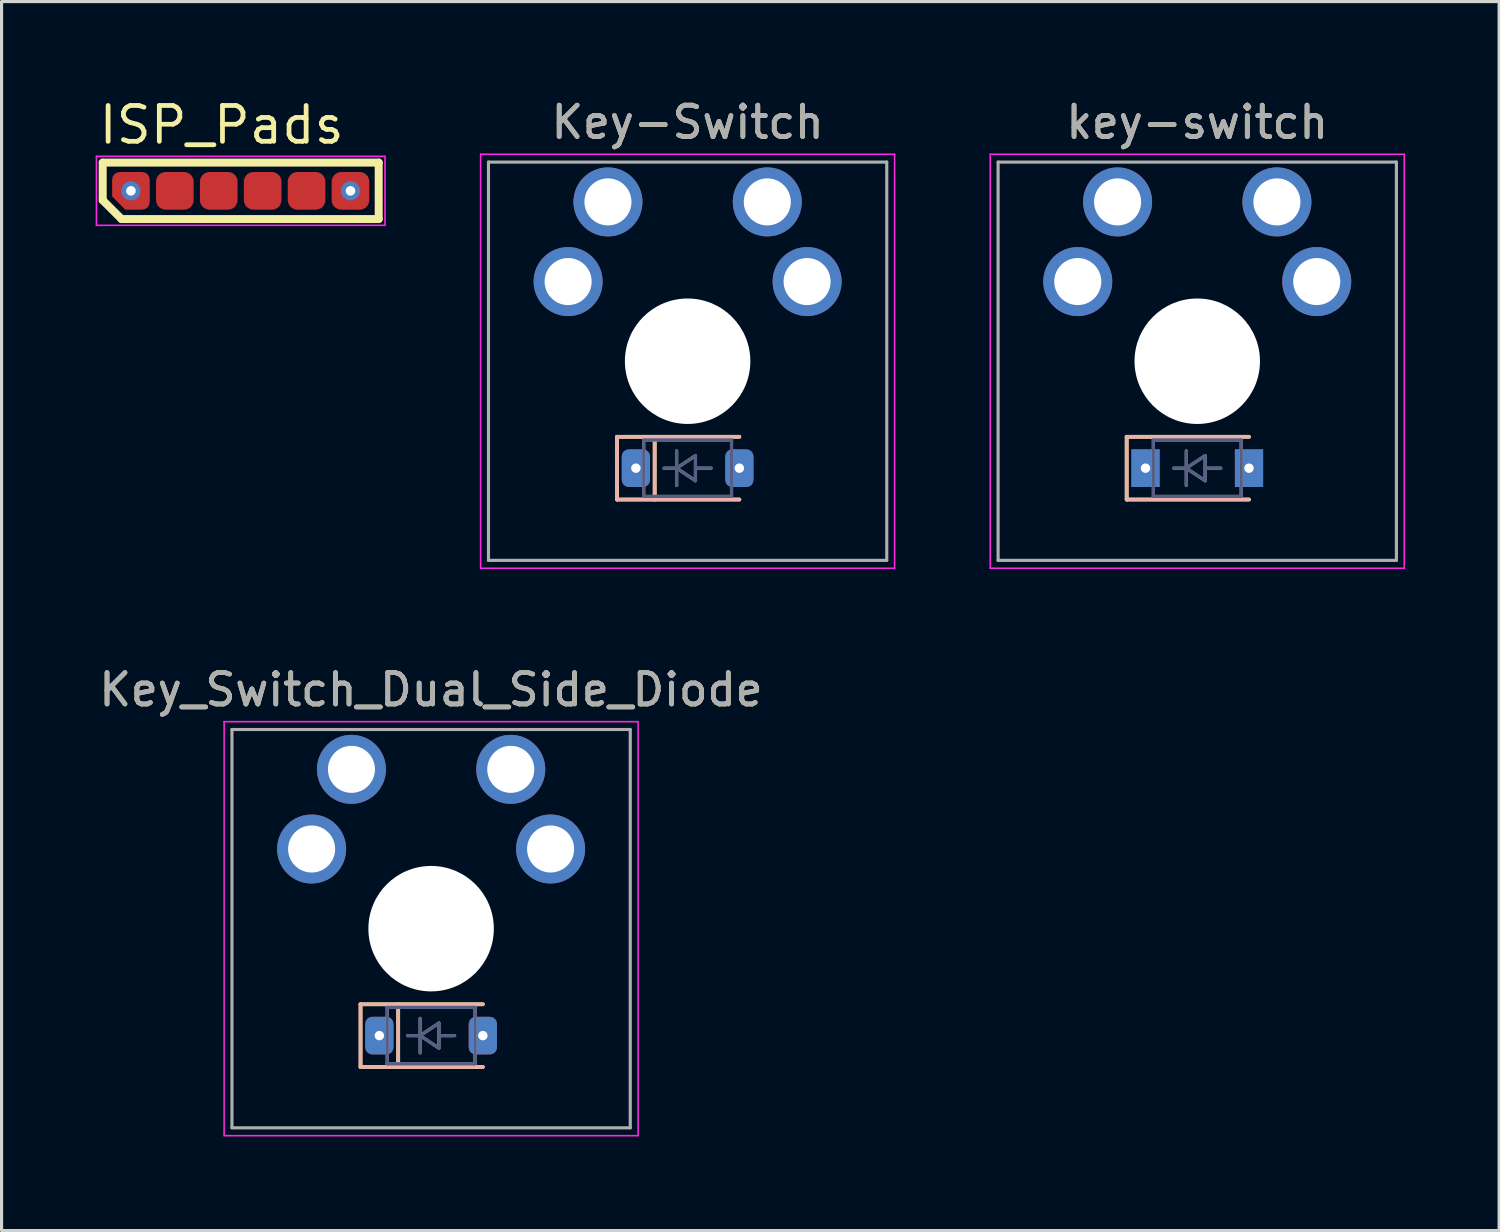
<source format=kicad_pcb>
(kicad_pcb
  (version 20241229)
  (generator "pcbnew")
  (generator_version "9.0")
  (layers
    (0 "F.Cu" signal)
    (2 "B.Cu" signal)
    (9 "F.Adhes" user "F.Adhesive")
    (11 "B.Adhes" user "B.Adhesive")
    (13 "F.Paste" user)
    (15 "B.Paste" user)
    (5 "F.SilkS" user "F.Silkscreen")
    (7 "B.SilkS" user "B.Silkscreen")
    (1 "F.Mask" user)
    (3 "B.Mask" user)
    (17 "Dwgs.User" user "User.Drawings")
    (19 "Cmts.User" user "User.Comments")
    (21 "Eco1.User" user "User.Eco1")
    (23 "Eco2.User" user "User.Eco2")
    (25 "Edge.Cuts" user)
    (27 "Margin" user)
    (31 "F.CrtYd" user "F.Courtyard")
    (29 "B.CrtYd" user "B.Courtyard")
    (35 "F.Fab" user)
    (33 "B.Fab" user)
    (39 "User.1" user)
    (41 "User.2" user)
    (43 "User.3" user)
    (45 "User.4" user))
  (footprint "ISP_Pads"
    (layer "F.Cu")
    (at 1.125 3.035)
    (property "Reference" "ISP_Pads" (at -1.1 -2.1 0) (layer "F.SilkS") (effects (font (size 1.143 1.143) (thickness 0.152)) (justify left)))
    (attr smd)
    (fp_line (start -0.9 -0.9) (end -0.9 0.3) (stroke (width 0.254) (type solid)) (layer "F.SilkS"))
    (fp_line (start -0.9 0.3) (end -0.3 0.9) (stroke (width 0.254) (type solid)) (layer "F.SilkS"))
    (fp_line (start -0.3 0.9) (end 7.9 0.9) (stroke (width 0.254) (type solid)) (layer "F.SilkS"))
    (fp_line (start 7.9 -0.9) (end -0.9 -0.9) (stroke (width 0.254) (type solid)) (layer "F.SilkS"))
    (fp_line (start 7.9 0.9) (end 7.9 -0.9) (stroke (width 0.254) (type solid)) (layer "F.SilkS"))
    (fp_line (start -1.1 -1.1) (end -1.1 1.1) (stroke (width 0.05) (type solid)) (layer "F.CrtYd"))
    (fp_line (start -1.1 1.1) (end 8.1 1.1) (stroke (width 0.05) (type solid)) (layer "F.CrtYd"))
    (fp_line (start 8.1 -1.1) (end -1.1 -1.1) (stroke (width 0.05) (type solid)) (layer "F.CrtYd"))
    (fp_line (start 8.1 1.1) (end 8.1 -1.1) (stroke (width 0.05) (type solid)) (layer "F.CrtYd"))
    (pad "1" thru_hole circle (at 0 0) (size 0.61 0.61) (drill 0.305) (layers "*.Cu" "F.Mask"))
    (pad "1" smd roundrect (at 0 0) (size 1.2 1.2) (layers "F.Cu" "F.Mask") (roundrect_rratio 0.2) (chamfer_ratio 0.35) (chamfer bottom_left))
    (pad "2" smd roundrect (at 1.4 0) (size 1.2 1.2) (layers "F.Cu" "F.Mask") (roundrect_rratio 0.25))
    (pad "3" smd roundrect (at 2.8 0) (size 1.2 1.2) (layers "F.Cu" "F.Mask") (roundrect_rratio 0.25))
    (pad "4" smd roundrect (at 4.2 0) (size 1.2 1.2) (layers "F.Cu" "F.Mask") (roundrect_rratio 0.25))
    (pad "5" smd roundrect (at 5.6 0) (size 1.2 1.2) (layers "F.Cu" "F.Mask") (roundrect_rratio 0.25))
    (pad "6" thru_hole circle (at 7 0) (size 0.61 0.61) (drill 0.305) (layers "*.Cu" "F.Mask"))
    (pad "6" smd roundrect (at 7 0) (size 1.2 1.2) (layers "F.Cu" "F.Mask") (roundrect_rratio 0.25)))
  (footprint "key-switch"
    (layer "F.Cu")
    (at 35.125 8.468)
    (property "Reference" "key-switch" (at 0 -7.62 0) (layer "F.SilkS") (effects (font (size 1 1) (thickness 0.15))))
    (attr through_hole)
    (fp_line (start -2.25 2.41) (end -2.25 4.41) (stroke (width 0.12) (type solid)) (layer "F.SilkS"))
    (fp_line (start -2.25 2.41) (end 1.65 2.41) (stroke (width 0.12) (type solid)) (layer "F.SilkS"))
    (fp_line (start -2.25 4.41) (end 1.65 4.41) (stroke (width 0.12) (type solid)) (layer "F.SilkS"))
    (fp_line (start -2.25 2.41) (end -2.25 4.41) (stroke (width 0.12) (type solid)) (layer "B.SilkS"))
    (fp_line (start -2.25 2.41) (end 1.65 2.41) (stroke (width 0.12) (type solid)) (layer "B.SilkS"))
    (fp_line (start -2.25 4.41) (end 1.65 4.41) (stroke (width 0.12) (type solid)) (layer "B.SilkS"))
    (fp_line (start -6.6 -6.6) (end 6.6 -6.6) (stroke (width 0.05) (type solid)) (layer "F.CrtYd"))
    (fp_line (start -6.6 6.6) (end -6.6 -6.6) (stroke (width 0.05) (type solid)) (layer "F.CrtYd"))
    (fp_line (start 6.6 -6.6) (end 6.6 6.6) (stroke (width 0.05) (type solid)) (layer "F.CrtYd"))
    (fp_line (start 6.6 6.6) (end -6.6 6.6) (stroke (width 0.05) (type solid)) (layer "F.CrtYd"))
    (fp_line (start -1.4 2.51) (end 1.4 2.51) (stroke (width 0.1) (type solid)) (layer "B.Fab"))
    (fp_line (start -1.4 4.31) (end -1.4 2.51) (stroke (width 0.1) (type solid)) (layer "B.Fab"))
    (fp_line (start -0.75 3.41) (end -0.35 3.41) (stroke (width 0.1) (type solid)) (layer "B.Fab"))
    (fp_line (start -0.35 3.41) (end -0.35 2.86) (stroke (width 0.1) (type solid)) (layer "B.Fab"))
    (fp_line (start -0.35 3.41) (end -0.35 3.96) (stroke (width 0.1) (type solid)) (layer "B.Fab"))
    (fp_line (start -0.35 3.41) (end 0.25 3.01) (stroke (width 0.1) (type solid)) (layer "B.Fab"))
    (fp_line (start 0.25 3.01) (end 0.25 3.81) (stroke (width 0.1) (type solid)) (layer "B.Fab"))
    (fp_line (start 0.25 3.41) (end 0.75 3.41) (stroke (width 0.1) (type solid)) (layer "B.Fab"))
    (fp_line (start 0.25 3.81) (end -0.35 3.41) (stroke (width 0.1) (type solid)) (layer "B.Fab"))
    (fp_line (start 1.4 2.51) (end 1.4 4.31) (stroke (width 0.1) (type solid)) (layer "B.Fab"))
    (fp_line (start 1.4 4.31) (end -1.4 4.31) (stroke (width 0.1) (type solid)) (layer "B.Fab"))
    (fp_line (start -6.35 -6.35) (end 6.35 -6.35) (stroke (width 0.1) (type solid)) (layer "F.Fab"))
    (fp_line (start -6.35 6.35) (end -6.35 -6.35) (stroke (width 0.1) (type solid)) (layer "F.Fab"))
    (fp_line (start -1.4 2.51) (end 1.4 2.51) (stroke (width 0.1) (type solid)) (layer "F.Fab"))
    (fp_line (start -1.4 4.31) (end -1.4 2.51) (stroke (width 0.1) (type solid)) (layer "F.Fab"))
    (fp_line (start -0.75 3.41) (end -0.35 3.41) (stroke (width 0.1) (type solid)) (layer "F.Fab"))
    (fp_line (start -0.35 3.41) (end -0.35 2.86) (stroke (width 0.1) (type solid)) (layer "F.Fab"))
    (fp_line (start -0.35 3.41) (end -0.35 3.96) (stroke (width 0.1) (type solid)) (layer "F.Fab"))
    (fp_line (start -0.35 3.41) (end 0.25 3.01) (stroke (width 0.1) (type solid)) (layer "F.Fab"))
    (fp_line (start 0.25 3.01) (end 0.25 3.81) (stroke (width 0.1) (type solid)) (layer "F.Fab"))
    (fp_line (start 0.25 3.41) (end 0.75 3.41) (stroke (width 0.1) (type solid)) (layer "F.Fab"))
    (fp_line (start 0.25 3.81) (end -0.35 3.41) (stroke (width 0.1) (type solid)) (layer "F.Fab"))
    (fp_line (start 1.4 2.51) (end 1.4 4.31) (stroke (width 0.1) (type solid)) (layer "F.Fab"))
    (fp_line (start 1.4 4.31) (end -1.4 4.31) (stroke (width 0.1) (type solid)) (layer "F.Fab"))
    (fp_line (start 6.35 -6.35) (end 6.35 6.35) (stroke (width 0.1) (type solid)) (layer "F.Fab"))
    (fp_line (start 6.35 6.35) (end -6.35 6.35) (stroke (width 0.1) (type solid)) (layer "F.Fab"))
    (fp_text user "${REFERENCE}" (at 0 -7.62 0) (layer "F.Fab") (effects (font (size 1 1) (thickness 0.15))))
    (pad "" np_thru_hole circle (at 0 0) (size 4 4) (drill 4) (layers "*.Cu" "*.Mask"))
    (pad "1" thru_hole rect (at -1.65 3.41) (size 0.9 1.2) (drill 0.3) (layers "*.Cu" "*.Mask"))
    (pad "2" thru_hole circle (at -3.81 -2.54) (size 2.2 2.2) (drill 1.5) (layers "*.Cu" "*.Mask"))
    (pad "2" thru_hole circle (at -2.54 -5.08) (size 2.2 2.2) (drill 1.5) (layers "*.Cu" "*.Mask"))
    (pad "3" thru_hole rect (at 1.65 3.41) (size 0.9 1.2) (drill 0.3) (layers "*.Cu" "*.Mask"))
    (pad "3" thru_hole circle (at 2.54 -5.08) (size 2.2 2.2) (drill 1.5) (layers "*.Cu" "*.Mask"))
    (pad "3" thru_hole circle (at 3.81 -2.54) (size 2.2 2.2) (drill 1.5) (layers "*.Cu" "*.Mask")))
  (footprint "Key_Switch_Dual_Side_Diode"
    (layer "F.Cu")
    (at 10.696 26.561)
    (property "Reference" "Key_Switch_Dual_Side_Diode" (at 0 -7.62 0) (layer "F.SilkS") (effects (font (size 1 1) (thickness 0.15))))
    (attr through_hole)
    (fp_line (start -2.25 2.41) (end -2.25 4.41) (stroke (width 0.12) (type solid)) (layer "F.SilkS"))
    (fp_line (start -2.25 2.41) (end 1.65 2.41) (stroke (width 0.12) (type solid)) (layer "F.SilkS"))
    (fp_line (start -2.25 4.41) (end 1.65 4.41) (stroke (width 0.12) (type solid)) (layer "F.SilkS"))
    (fp_line (start -1.05 2.41) (end -1.05 4.41) (stroke (width 0.12) (type solid)) (layer "F.SilkS"))
    (fp_line (start -2.25 2.41) (end -2.25 4.41) (stroke (width 0.12) (type solid)) (layer "B.SilkS"))
    (fp_line (start -2.25 2.41) (end 1.65 2.41) (stroke (width 0.12) (type solid)) (layer "B.SilkS"))
    (fp_line (start -2.25 4.41) (end 1.65 4.41) (stroke (width 0.12) (type solid)) (layer "B.SilkS"))
    (fp_line (start -1.05 2.41) (end -1.05 4.41) (stroke (width 0.12) (type solid)) (layer "B.SilkS"))
    (fp_line (start -6.6 -6.6) (end 6.6 -6.6) (stroke (width 0.05) (type solid)) (layer "F.CrtYd"))
    (fp_line (start -6.6 6.6) (end -6.6 -6.6) (stroke (width 0.05) (type solid)) (layer "F.CrtYd"))
    (fp_line (start 6.6 -6.6) (end 6.6 6.6) (stroke (width 0.05) (type solid)) (layer "F.CrtYd"))
    (fp_line (start 6.6 6.6) (end -6.6 6.6) (stroke (width 0.05) (type solid)) (layer "F.CrtYd"))
    (fp_line (start -1.4 2.51) (end 1.4 2.51) (stroke (width 0.1) (type solid)) (layer "B.Fab"))
    (fp_line (start -1.4 4.31) (end -1.4 2.51) (stroke (width 0.1) (type solid)) (layer "B.Fab"))
    (fp_line (start -0.75 3.41) (end -0.35 3.41) (stroke (width 0.1) (type solid)) (layer "B.Fab"))
    (fp_line (start -0.35 3.41) (end -0.35 2.86) (stroke (width 0.1) (type solid)) (layer "B.Fab"))
    (fp_line (start -0.35 3.41) (end -0.35 3.96) (stroke (width 0.1) (type solid)) (layer "B.Fab"))
    (fp_line (start -0.35 3.41) (end 0.25 3.01) (stroke (width 0.1) (type solid)) (layer "B.Fab"))
    (fp_line (start 0.25 3.01) (end 0.25 3.81) (stroke (width 0.1) (type solid)) (layer "B.Fab"))
    (fp_line (start 0.25 3.41) (end 0.75 3.41) (stroke (width 0.1) (type solid)) (layer "B.Fab"))
    (fp_line (start 0.25 3.81) (end -0.35 3.41) (stroke (width 0.1) (type solid)) (layer "B.Fab"))
    (fp_line (start 1.4 2.51) (end 1.4 4.31) (stroke (width 0.1) (type solid)) (layer "B.Fab"))
    (fp_line (start 1.4 4.31) (end -1.4 4.31) (stroke (width 0.1) (type solid)) (layer "B.Fab"))
    (fp_line (start -6.35 -6.35) (end 6.35 -6.35) (stroke (width 0.1) (type solid)) (layer "F.Fab"))
    (fp_line (start -6.35 6.35) (end -6.35 -6.35) (stroke (width 0.1) (type solid)) (layer "F.Fab"))
    (fp_line (start -1.4 2.51) (end 1.4 2.51) (stroke (width 0.1) (type solid)) (layer "F.Fab"))
    (fp_line (start -1.4 4.31) (end -1.4 2.51) (stroke (width 0.1) (type solid)) (layer "F.Fab"))
    (fp_line (start -0.75 3.41) (end -0.35 3.41) (stroke (width 0.1) (type solid)) (layer "F.Fab"))
    (fp_line (start -0.35 3.41) (end -0.35 2.86) (stroke (width 0.1) (type solid)) (layer "F.Fab"))
    (fp_line (start -0.35 3.41) (end -0.35 3.96) (stroke (width 0.1) (type solid)) (layer "F.Fab"))
    (fp_line (start -0.35 3.41) (end 0.25 3.01) (stroke (width 0.1) (type solid)) (layer "F.Fab"))
    (fp_line (start 0.25 3.01) (end 0.25 3.81) (stroke (width 0.1) (type solid)) (layer "F.Fab"))
    (fp_line (start 0.25 3.41) (end 0.75 3.41) (stroke (width 0.1) (type solid)) (layer "F.Fab"))
    (fp_line (start 0.25 3.81) (end -0.35 3.41) (stroke (width 0.1) (type solid)) (layer "F.Fab"))
    (fp_line (start 1.4 2.51) (end 1.4 4.31) (stroke (width 0.1) (type solid)) (layer "F.Fab"))
    (fp_line (start 1.4 4.31) (end -1.4 4.31) (stroke (width 0.1) (type solid)) (layer "F.Fab"))
    (fp_line (start 6.35 -6.35) (end 6.35 6.35) (stroke (width 0.1) (type solid)) (layer "F.Fab"))
    (fp_line (start 6.35 6.35) (end -6.35 6.35) (stroke (width 0.1) (type solid)) (layer "F.Fab"))
    (fp_text user "${REFERENCE}" (at 0 -7.62 0) (layer "F.Fab") (effects (font (size 1 1) (thickness 0.15))))
    (pad "" np_thru_hole circle (at 0 0) (size 4 4) (drill 4) (layers "*.Cu" "*.Mask"))
    (pad "1" thru_hole roundrect (at -1.65 3.41) (size 0.9 1.2) (drill 0.3) (layers "*.Cu" "*.Mask") (roundrect_rratio 0.25))
    (pad "2" thru_hole circle (at -3.81 -2.54) (size 2.2 2.2) (drill 1.5) (layers "*.Cu" "*.Mask"))
    (pad "2" thru_hole circle (at -2.54 -5.08) (size 2.2 2.2) (drill 1.5) (layers "*.Cu" "*.Mask"))
    (pad "3" thru_hole roundrect (at 1.65 3.41) (size 0.9 1.2) (drill 0.3) (layers "*.Cu" "*.Mask") (roundrect_rratio 0.25))
    (pad "3" thru_hole circle (at 2.54 -5.08) (size 2.2 2.2) (drill 1.5) (layers "*.Cu" "*.Mask"))
    (pad "3" thru_hole circle (at 3.81 -2.54) (size 2.2 2.2) (drill 1.5) (layers "*.Cu" "*.Mask")))
  (footprint "Key-Switch"
    (layer "F.Cu")
    (at 18.875 8.468)
    (property "Reference" "Key-Switch" (at 0 -7.62 0) (layer "F.SilkS") (effects (font (size 1 1) (thickness 0.15))))
    (attr through_hole)
    (fp_line (start -2.25 2.41) (end -2.25 4.41) (stroke (width 0.12) (type solid)) (layer "F.SilkS"))
    (fp_line (start -2.25 2.41) (end 1.65 2.41) (stroke (width 0.12) (type solid)) (layer "F.SilkS"))
    (fp_line (start -2.25 4.41) (end 1.65 4.41) (stroke (width 0.12) (type solid)) (layer "F.SilkS"))
    (fp_line (start -1.05 2.41) (end -1.05 4.41) (stroke (width 0.12) (type solid)) (layer "F.SilkS"))
    (fp_line (start -2.25 2.41) (end -2.25 4.41) (stroke (width 0.12) (type solid)) (layer "B.SilkS"))
    (fp_line (start -2.25 2.41) (end 1.65 2.41) (stroke (width 0.12) (type solid)) (layer "B.SilkS"))
    (fp_line (start -2.25 4.41) (end 1.65 4.41) (stroke (width 0.12) (type solid)) (layer "B.SilkS"))
    (fp_line (start -1.05 2.41) (end -1.05 4.41) (stroke (width 0.12) (type solid)) (layer "B.SilkS"))
    (fp_line (start -6.6 -6.6) (end 6.6 -6.6) (stroke (width 0.05) (type solid)) (layer "F.CrtYd"))
    (fp_line (start -6.6 6.6) (end -6.6 -6.6) (stroke (width 0.05) (type solid)) (layer "F.CrtYd"))
    (fp_line (start 6.6 -6.6) (end 6.6 6.6) (stroke (width 0.05) (type solid)) (layer "F.CrtYd"))
    (fp_line (start 6.6 6.6) (end -6.6 6.6) (stroke (width 0.05) (type solid)) (layer "F.CrtYd"))
    (fp_line (start -1.4 2.51) (end 1.4 2.51) (stroke (width 0.1) (type solid)) (layer "B.Fab"))
    (fp_line (start -1.4 4.31) (end -1.4 2.51) (stroke (width 0.1) (type solid)) (layer "B.Fab"))
    (fp_line (start -0.75 3.41) (end -0.35 3.41) (stroke (width 0.1) (type solid)) (layer "B.Fab"))
    (fp_line (start -0.35 3.41) (end -0.35 2.86) (stroke (width 0.1) (type solid)) (layer "B.Fab"))
    (fp_line (start -0.35 3.41) (end -0.35 3.96) (stroke (width 0.1) (type solid)) (layer "B.Fab"))
    (fp_line (start -0.35 3.41) (end 0.25 3.01) (stroke (width 0.1) (type solid)) (layer "B.Fab"))
    (fp_line (start 0.25 3.01) (end 0.25 3.81) (stroke (width 0.1) (type solid)) (layer "B.Fab"))
    (fp_line (start 0.25 3.41) (end 0.75 3.41) (stroke (width 0.1) (type solid)) (layer "B.Fab"))
    (fp_line (start 0.25 3.81) (end -0.35 3.41) (stroke (width 0.1) (type solid)) (layer "B.Fab"))
    (fp_line (start 1.4 2.51) (end 1.4 4.31) (stroke (width 0.1) (type solid)) (layer "B.Fab"))
    (fp_line (start 1.4 4.31) (end -1.4 4.31) (stroke (width 0.1) (type solid)) (layer "B.Fab"))
    (fp_line (start -6.35 -6.35) (end 6.35 -6.35) (stroke (width 0.1) (type solid)) (layer "F.Fab"))
    (fp_line (start -6.35 6.35) (end -6.35 -6.35) (stroke (width 0.1) (type solid)) (layer "F.Fab"))
    (fp_line (start -1.4 2.51) (end 1.4 2.51) (stroke (width 0.1) (type solid)) (layer "F.Fab"))
    (fp_line (start -1.4 4.31) (end -1.4 2.51) (stroke (width 0.1) (type solid)) (layer "F.Fab"))
    (fp_line (start -0.75 3.41) (end -0.35 3.41) (stroke (width 0.1) (type solid)) (layer "F.Fab"))
    (fp_line (start -0.35 3.41) (end -0.35 2.86) (stroke (width 0.1) (type solid)) (layer "F.Fab"))
    (fp_line (start -0.35 3.41) (end -0.35 3.96) (stroke (width 0.1) (type solid)) (layer "F.Fab"))
    (fp_line (start -0.35 3.41) (end 0.25 3.01) (stroke (width 0.1) (type solid)) (layer "F.Fab"))
    (fp_line (start 0.25 3.01) (end 0.25 3.81) (stroke (width 0.1) (type solid)) (layer "F.Fab"))
    (fp_line (start 0.25 3.41) (end 0.75 3.41) (stroke (width 0.1) (type solid)) (layer "F.Fab"))
    (fp_line (start 0.25 3.81) (end -0.35 3.41) (stroke (width 0.1) (type solid)) (layer "F.Fab"))
    (fp_line (start 1.4 2.51) (end 1.4 4.31) (stroke (width 0.1) (type solid)) (layer "F.Fab"))
    (fp_line (start 1.4 4.31) (end -1.4 4.31) (stroke (width 0.1) (type solid)) (layer "F.Fab"))
    (fp_line (start 6.35 -6.35) (end 6.35 6.35) (stroke (width 0.1) (type solid)) (layer "F.Fab"))
    (fp_line (start 6.35 6.35) (end -6.35 6.35) (stroke (width 0.1) (type solid)) (layer "F.Fab"))
    (fp_text user "${REFERENCE}" (at 0 -7.62 0) (layer "F.Fab") (effects (font (size 1 1) (thickness 0.15))))
    (pad "" np_thru_hole circle (at 0 0) (size 4 4) (drill 4) (layers "*.Cu" "*.Mask"))
    (pad "1" thru_hole roundrect (at -1.65 3.41) (size 0.9 1.2) (drill 0.3) (layers "*.Cu" "*.Mask") (roundrect_rratio 0.25))
    (pad "2" thru_hole circle (at -3.81 -2.54) (size 2.2 2.2) (drill 1.5) (layers "*.Cu" "*.Mask"))
    (pad "2" thru_hole circle (at -2.54 -5.08) (size 2.2 2.2) (drill 1.5) (layers "*.Cu" "*.Mask"))
    (pad "3" thru_hole roundrect (at 1.65 3.41) (size 0.9 1.2) (drill 0.3) (layers "*.Cu" "*.Mask") (roundrect_rratio 0.25))
    (pad "3" thru_hole circle (at 2.54 -5.08) (size 2.2 2.2) (drill 1.5) (layers "*.Cu" "*.Mask"))
    (pad "3" thru_hole circle (at 3.81 -2.54) (size 2.2 2.2) (drill 1.5) (layers "*.Cu" "*.Mask")))
  (gr_rect
    (start -3 -3)
    (end 44.75 36.187)
    (stroke (width 0.1) (type default))
    (fill no)
    (layer "Edge.Cuts")))
</source>
